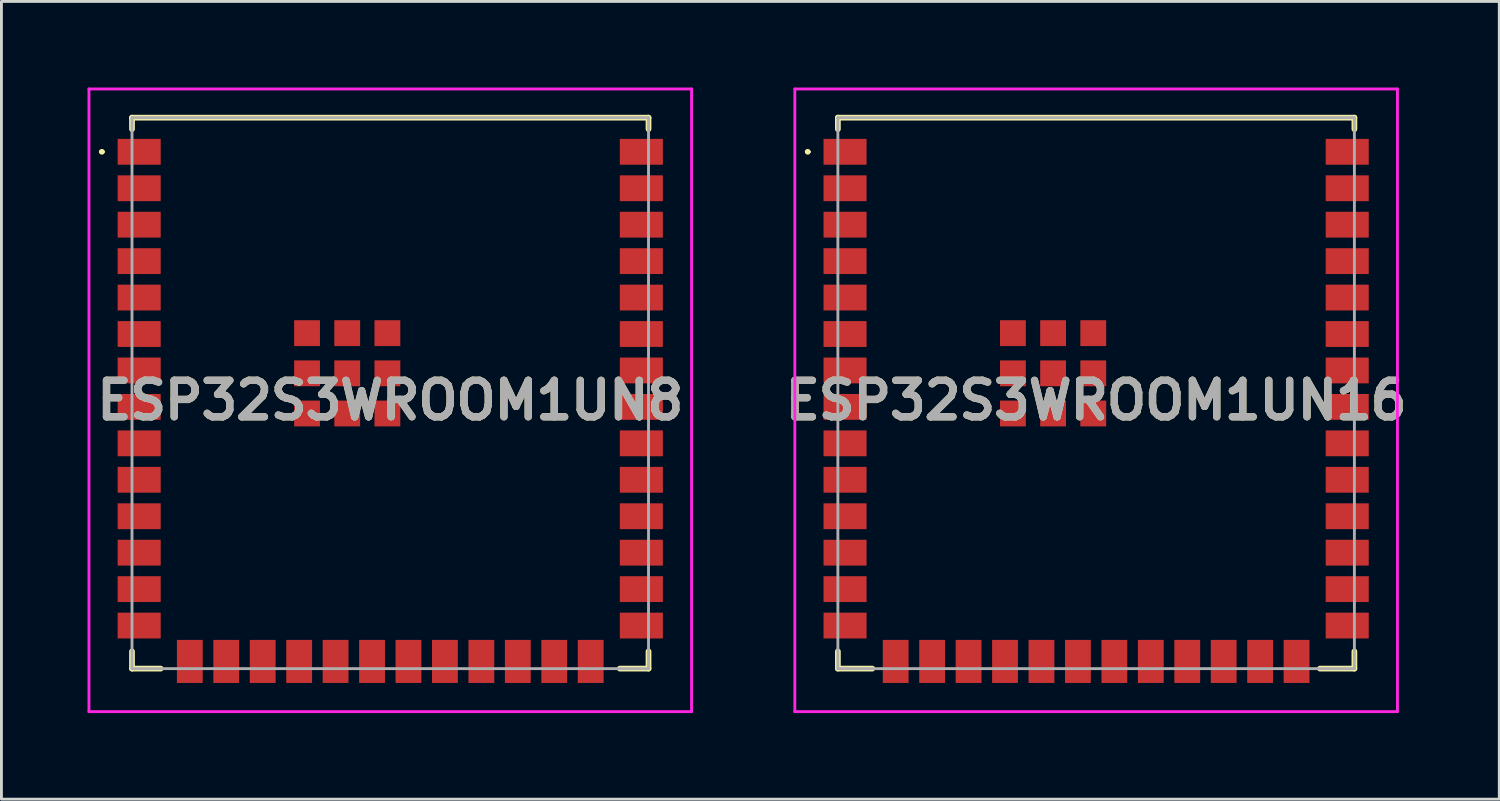
<source format=kicad_pcb>
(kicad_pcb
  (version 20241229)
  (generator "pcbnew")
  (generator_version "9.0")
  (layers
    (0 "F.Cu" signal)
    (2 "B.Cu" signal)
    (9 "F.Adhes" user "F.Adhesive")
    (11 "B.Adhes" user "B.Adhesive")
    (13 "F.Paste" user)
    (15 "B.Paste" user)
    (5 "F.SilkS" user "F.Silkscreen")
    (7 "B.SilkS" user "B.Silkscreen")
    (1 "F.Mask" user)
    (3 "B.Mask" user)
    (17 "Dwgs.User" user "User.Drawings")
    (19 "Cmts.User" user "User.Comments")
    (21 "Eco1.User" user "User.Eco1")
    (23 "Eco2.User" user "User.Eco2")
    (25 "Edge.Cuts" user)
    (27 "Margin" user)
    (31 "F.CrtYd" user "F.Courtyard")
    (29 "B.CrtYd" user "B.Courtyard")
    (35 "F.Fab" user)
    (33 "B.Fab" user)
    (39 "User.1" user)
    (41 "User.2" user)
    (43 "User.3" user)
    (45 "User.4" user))
  (footprint "ESP32S3WROOM1UN16"
    (layer "F.Cu")
    (at 35.149 10.65)
    (property "Reference" "ESP32S3WROOM1UN16" (at 0 0.25 0) (layer "F.SilkS") (effects (font (size 1.27 1.27) (thickness 0.254))))
    (attr smd)
    (fp_line (start -10.1 -8.41) (end -10.1 -8.41) (stroke (width 0.1) (type solid)) (layer "F.SilkS"))
    (fp_line (start -10 -8.41) (end -10 -8.41) (stroke (width 0.1) (type solid)) (layer "F.SilkS"))
    (fp_line (start -9 -9.6) (end 9 -9.6) (stroke (width 0.2) (type solid)) (layer "F.SilkS"))
    (fp_line (start -9 -9.2) (end -9 -9.6) (stroke (width 0.2) (type solid)) (layer "F.SilkS"))
    (fp_line (start -9 9) (end -9 9.6) (stroke (width 0.2) (type solid)) (layer "F.SilkS"))
    (fp_line (start -9 9.6) (end -7.8 9.6) (stroke (width 0.2) (type solid)) (layer "F.SilkS"))
    (fp_line (start 9 -9.6) (end 9 -9.2) (stroke (width 0.2) (type solid)) (layer "F.SilkS"))
    (fp_line (start 9 9) (end 9 9.6) (stroke (width 0.2) (type solid)) (layer "F.SilkS"))
    (fp_line (start 9 9.6) (end 7.8 9.6) (stroke (width 0.2) (type solid)) (layer "F.SilkS"))
    (fp_arc (start -10.1 -8.41) (mid -10.05 -8.46) (end -10 -8.41) (stroke (width 0.1) (type solid)) (layer "F.SilkS"))
    (fp_arc (start -10 -8.41) (mid -10.05 -8.36) (end -10.1 -8.41) (stroke (width 0.1) (type solid)) (layer "F.SilkS"))
    (fp_line (start -10.5 -10.6) (end 10.5 -10.6) (stroke (width 0.1) (type solid)) (layer "F.CrtYd"))
    (fp_line (start -10.5 11.1) (end -10.5 -10.6) (stroke (width 0.1) (type solid)) (layer "F.CrtYd"))
    (fp_line (start 10.5 -10.6) (end 10.5 11.1) (stroke (width 0.1) (type solid)) (layer "F.CrtYd"))
    (fp_line (start 10.5 11.1) (end -10.5 11.1) (stroke (width 0.1) (type solid)) (layer "F.CrtYd"))
    (fp_line (start -9 -9.6) (end 9 -9.6) (stroke (width 0.1) (type solid)) (layer "F.Fab"))
    (fp_line (start -9 9.6) (end -9 -9.6) (stroke (width 0.1) (type solid)) (layer "F.Fab"))
    (fp_line (start 9 -9.6) (end 9 9.6) (stroke (width 0.1) (type solid)) (layer "F.Fab"))
    (fp_line (start 9 9.6) (end -9 9.6) (stroke (width 0.1) (type solid)) (layer "F.Fab"))
    (fp_text user "${REFERENCE}" (at 0 0.25 0) (layer "F.Fab") (effects (font (size 1.27 1.27) (thickness 0.254))))
    (pad "1" smd rect (at -8.75 -8.41 90) (size 0.9 1.5) (layers "F.Cu" "F.Mask" "F.Paste"))
    (pad "2" smd rect (at -8.75 -7.14 90) (size 0.9 1.5) (layers "F.Cu" "F.Mask" "F.Paste"))
    (pad "3" smd rect (at -8.75 -5.87 90) (size 0.9 1.5) (layers "F.Cu" "F.Mask" "F.Paste"))
    (pad "4" smd rect (at -8.75 -4.6 90) (size 0.9 1.5) (layers "F.Cu" "F.Mask" "F.Paste"))
    (pad "5" smd rect (at -8.75 -3.33 90) (size 0.9 1.5) (layers "F.Cu" "F.Mask" "F.Paste"))
    (pad "6" smd rect (at -8.75 -2.06 90) (size 0.9 1.5) (layers "F.Cu" "F.Mask" "F.Paste"))
    (pad "7" smd rect (at -8.75 -0.79 90) (size 0.9 1.5) (layers "F.Cu" "F.Mask" "F.Paste"))
    (pad "8" smd rect (at -8.75 0.48 90) (size 0.9 1.5) (layers "F.Cu" "F.Mask" "F.Paste"))
    (pad "9" smd rect (at -8.75 1.75 90) (size 0.9 1.5) (layers "F.Cu" "F.Mask" "F.Paste"))
    (pad "10" smd rect (at -8.75 3.02 90) (size 0.9 1.5) (layers "F.Cu" "F.Mask" "F.Paste"))
    (pad "11" smd rect (at -8.75 4.29 90) (size 0.9 1.5) (layers "F.Cu" "F.Mask" "F.Paste"))
    (pad "12" smd rect (at -8.75 5.56 90) (size 0.9 1.5) (layers "F.Cu" "F.Mask" "F.Paste"))
    (pad "13" smd rect (at -8.75 6.83 90) (size 0.9 1.5) (layers "F.Cu" "F.Mask" "F.Paste"))
    (pad "14" smd rect (at -8.75 8.1 90) (size 0.9 1.5) (layers "F.Cu" "F.Mask" "F.Paste"))
    (pad "15" smd rect (at -6.985 9.35) (size 0.9 1.5) (layers "F.Cu" "F.Mask" "F.Paste"))
    (pad "16" smd rect (at -5.715 9.35) (size 0.9 1.5) (layers "F.Cu" "F.Mask" "F.Paste"))
    (pad "17" smd rect (at -4.445 9.35) (size 0.9 1.5) (layers "F.Cu" "F.Mask" "F.Paste"))
    (pad "18" smd rect (at -3.175 9.35) (size 0.9 1.5) (layers "F.Cu" "F.Mask" "F.Paste"))
    (pad "19" smd rect (at -1.905 9.35) (size 0.9 1.5) (layers "F.Cu" "F.Mask" "F.Paste"))
    (pad "20" smd rect (at -0.635 9.35) (size 0.9 1.5) (layers "F.Cu" "F.Mask" "F.Paste"))
    (pad "21" smd rect (at 0.635 9.35) (size 0.9 1.5) (layers "F.Cu" "F.Mask" "F.Paste"))
    (pad "22" smd rect (at 1.905 9.35) (size 0.9 1.5) (layers "F.Cu" "F.Mask" "F.Paste"))
    (pad "23" smd rect (at 3.175 9.35) (size 0.9 1.5) (layers "F.Cu" "F.Mask" "F.Paste"))
    (pad "24" smd rect (at 4.445 9.35) (size 0.9 1.5) (layers "F.Cu" "F.Mask" "F.Paste"))
    (pad "25" smd rect (at 5.715 9.35) (size 0.9 1.5) (layers "F.Cu" "F.Mask" "F.Paste"))
    (pad "26" smd rect (at 6.985 9.35) (size 0.9 1.5) (layers "F.Cu" "F.Mask" "F.Paste"))
    (pad "27" smd rect (at 8.75 8.1 90) (size 0.9 1.5) (layers "F.Cu" "F.Mask" "F.Paste"))
    (pad "28" smd rect (at 8.75 6.83 90) (size 0.9 1.5) (layers "F.Cu" "F.Mask" "F.Paste"))
    (pad "29" smd rect (at 8.75 5.56 90) (size 0.9 1.5) (layers "F.Cu" "F.Mask" "F.Paste"))
    (pad "30" smd rect (at 8.75 4.29 90) (size 0.9 1.5) (layers "F.Cu" "F.Mask" "F.Paste"))
    (pad "31" smd rect (at 8.75 3.02 90) (size 0.9 1.5) (layers "F.Cu" "F.Mask" "F.Paste"))
    (pad "32" smd rect (at 8.75 1.75 90) (size 0.9 1.5) (layers "F.Cu" "F.Mask" "F.Paste"))
    (pad "33" smd rect (at 8.75 0.48 90) (size 0.9 1.5) (layers "F.Cu" "F.Mask" "F.Paste"))
    (pad "34" smd rect (at 8.75 -0.79 90) (size 0.9 1.5) (layers "F.Cu" "F.Mask" "F.Paste"))
    (pad "35" smd rect (at 8.75 -2.06 90) (size 0.9 1.5) (layers "F.Cu" "F.Mask" "F.Paste"))
    (pad "36" smd rect (at 8.75 -3.33 90) (size 0.9 1.5) (layers "F.Cu" "F.Mask" "F.Paste"))
    (pad "37" smd rect (at 8.75 -4.6 90) (size 0.9 1.5) (layers "F.Cu" "F.Mask" "F.Paste"))
    (pad "38" smd rect (at 8.75 -5.87 90) (size 0.9 1.5) (layers "F.Cu" "F.Mask" "F.Paste"))
    (pad "39" smd rect (at 8.75 -7.14 90) (size 0.9 1.5) (layers "F.Cu" "F.Mask" "F.Paste"))
    (pad "40" smd rect (at 8.75 -8.41 90) (size 0.9 1.5) (layers "F.Cu" "F.Mask" "F.Paste"))
    (pad "41" smd rect (at -1.5 -0.69 90) (size 0.9 0.9) (layers "F.Cu" "F.Mask" "F.Paste"))
    (pad "42" smd rect (at -1.5 -2.09 90) (size 0.9 0.9) (layers "F.Cu" "F.Mask" "F.Paste"))
    (pad "43" smd rect (at -2.9 -2.09 90) (size 0.9 0.9) (layers "F.Cu" "F.Mask" "F.Paste"))
    (pad "44" smd rect (at -2.9 -0.69 90) (size 0.9 0.9) (layers "F.Cu" "F.Mask" "F.Paste"))
    (pad "45" smd rect (at -2.9 0.71 90) (size 0.9 0.9) (layers "F.Cu" "F.Mask" "F.Paste"))
    (pad "46" smd rect (at -1.5 0.71 90) (size 0.9 0.9) (layers "F.Cu" "F.Mask" "F.Paste"))
    (pad "47" smd rect (at -0.1 0.71 90) (size 0.9 0.9) (layers "F.Cu" "F.Mask" "F.Paste"))
    (pad "48" smd rect (at -0.1 -0.69 90) (size 0.9 0.9) (layers "F.Cu" "F.Mask" "F.Paste"))
    (pad "49" smd rect (at -0.1 -2.09 90) (size 0.9 0.9) (layers "F.Cu" "F.Mask" "F.Paste")))
  (footprint "ESP32S3WROOM1UN8"
    (layer "F.Cu")
    (at 10.55 10.65)
    (property "Reference" "ESP32S3WROOM1UN8" (at 0 0.25 0) (layer "F.SilkS") (effects (font (size 1.27 1.27) (thickness 0.254))))
    (attr smd)
    (fp_line (start -10.1 -8.41) (end -10.1 -8.41) (stroke (width 0.1) (type solid)) (layer "F.SilkS"))
    (fp_line (start -10 -8.41) (end -10 -8.41) (stroke (width 0.1) (type solid)) (layer "F.SilkS"))
    (fp_line (start -9 -9.6) (end 9 -9.6) (stroke (width 0.2) (type solid)) (layer "F.SilkS"))
    (fp_line (start -9 -9.2) (end -9 -9.6) (stroke (width 0.2) (type solid)) (layer "F.SilkS"))
    (fp_line (start -9 9) (end -9 9.6) (stroke (width 0.2) (type solid)) (layer "F.SilkS"))
    (fp_line (start -9 9.6) (end -8 9.6) (stroke (width 0.2) (type solid)) (layer "F.SilkS"))
    (fp_line (start 8 9.6) (end 9 9.6) (stroke (width 0.2) (type solid)) (layer "F.SilkS"))
    (fp_line (start 9 -9.6) (end 9 -9.2) (stroke (width 0.2) (type solid)) (layer "F.SilkS"))
    (fp_line (start 9 9.6) (end 9 9) (stroke (width 0.2) (type solid)) (layer "F.SilkS"))
    (fp_arc (start -10.1 -8.41) (mid -10.05 -8.46) (end -10 -8.41) (stroke (width 0.1) (type solid)) (layer "F.SilkS"))
    (fp_arc (start -10 -8.41) (mid -10.05 -8.36) (end -10.1 -8.41) (stroke (width 0.1) (type solid)) (layer "F.SilkS"))
    (fp_line (start -10.5 -10.6) (end 10.5 -10.6) (stroke (width 0.1) (type solid)) (layer "F.CrtYd"))
    (fp_line (start -10.5 11.1) (end -10.5 -10.6) (stroke (width 0.1) (type solid)) (layer "F.CrtYd"))
    (fp_line (start 10.5 -10.6) (end 10.5 11.1) (stroke (width 0.1) (type solid)) (layer "F.CrtYd"))
    (fp_line (start 10.5 11.1) (end -10.5 11.1) (stroke (width 0.1) (type solid)) (layer "F.CrtYd"))
    (fp_line (start -9 -9.6) (end 9 -9.6) (stroke (width 0.1) (type solid)) (layer "F.Fab"))
    (fp_line (start -9 9.6) (end -9 -9.6) (stroke (width 0.1) (type solid)) (layer "F.Fab"))
    (fp_line (start 9 -9.6) (end 9 9.6) (stroke (width 0.1) (type solid)) (layer "F.Fab"))
    (fp_line (start 9 9.6) (end -9 9.6) (stroke (width 0.1) (type solid)) (layer "F.Fab"))
    (fp_text user "${REFERENCE}" (at 0 0.25 0) (layer "F.Fab") (effects (font (size 1.27 1.27) (thickness 0.254))))
    (pad "1" smd rect (at -8.75 -8.41 90) (size 0.9 1.5) (layers "F.Cu" "F.Mask" "F.Paste"))
    (pad "2" smd rect (at -8.75 -7.14 90) (size 0.9 1.5) (layers "F.Cu" "F.Mask" "F.Paste"))
    (pad "3" smd rect (at -8.75 -5.87 90) (size 0.9 1.5) (layers "F.Cu" "F.Mask" "F.Paste"))
    (pad "4" smd rect (at -8.75 -4.6 90) (size 0.9 1.5) (layers "F.Cu" "F.Mask" "F.Paste"))
    (pad "5" smd rect (at -8.75 -3.33 90) (size 0.9 1.5) (layers "F.Cu" "F.Mask" "F.Paste"))
    (pad "6" smd rect (at -8.75 -2.06 90) (size 0.9 1.5) (layers "F.Cu" "F.Mask" "F.Paste"))
    (pad "7" smd rect (at -8.75 -0.79 90) (size 0.9 1.5) (layers "F.Cu" "F.Mask" "F.Paste"))
    (pad "8" smd rect (at -8.75 0.48 90) (size 0.9 1.5) (layers "F.Cu" "F.Mask" "F.Paste"))
    (pad "9" smd rect (at -8.75 1.75 90) (size 0.9 1.5) (layers "F.Cu" "F.Mask" "F.Paste"))
    (pad "10" smd rect (at -8.75 3.02 90) (size 0.9 1.5) (layers "F.Cu" "F.Mask" "F.Paste"))
    (pad "11" smd rect (at -8.75 4.29 90) (size 0.9 1.5) (layers "F.Cu" "F.Mask" "F.Paste"))
    (pad "12" smd rect (at -8.75 5.56 90) (size 0.9 1.5) (layers "F.Cu" "F.Mask" "F.Paste"))
    (pad "13" smd rect (at -8.75 6.83 90) (size 0.9 1.5) (layers "F.Cu" "F.Mask" "F.Paste"))
    (pad "14" smd rect (at -8.75 8.1 90) (size 0.9 1.5) (layers "F.Cu" "F.Mask" "F.Paste"))
    (pad "15" smd rect (at -6.985 9.35) (size 0.9 1.5) (layers "F.Cu" "F.Mask" "F.Paste"))
    (pad "16" smd rect (at -5.715 9.35) (size 0.9 1.5) (layers "F.Cu" "F.Mask" "F.Paste"))
    (pad "17" smd rect (at -4.445 9.35) (size 0.9 1.5) (layers "F.Cu" "F.Mask" "F.Paste"))
    (pad "18" smd rect (at -3.175 9.35) (size 0.9 1.5) (layers "F.Cu" "F.Mask" "F.Paste"))
    (pad "19" smd rect (at -1.905 9.35) (size 0.9 1.5) (layers "F.Cu" "F.Mask" "F.Paste"))
    (pad "20" smd rect (at -0.635 9.35) (size 0.9 1.5) (layers "F.Cu" "F.Mask" "F.Paste"))
    (pad "21" smd rect (at 0.635 9.35) (size 0.9 1.5) (layers "F.Cu" "F.Mask" "F.Paste"))
    (pad "22" smd rect (at 1.905 9.35) (size 0.9 1.5) (layers "F.Cu" "F.Mask" "F.Paste"))
    (pad "23" smd rect (at 3.175 9.35) (size 0.9 1.5) (layers "F.Cu" "F.Mask" "F.Paste"))
    (pad "24" smd rect (at 4.445 9.35) (size 0.9 1.5) (layers "F.Cu" "F.Mask" "F.Paste"))
    (pad "25" smd rect (at 5.715 9.35) (size 0.9 1.5) (layers "F.Cu" "F.Mask" "F.Paste"))
    (pad "26" smd rect (at 6.985 9.35) (size 0.9 1.5) (layers "F.Cu" "F.Mask" "F.Paste"))
    (pad "27" smd rect (at 8.75 8.1 90) (size 0.9 1.5) (layers "F.Cu" "F.Mask" "F.Paste"))
    (pad "28" smd rect (at 8.75 6.83 90) (size 0.9 1.5) (layers "F.Cu" "F.Mask" "F.Paste"))
    (pad "29" smd rect (at 8.75 5.56 90) (size 0.9 1.5) (layers "F.Cu" "F.Mask" "F.Paste"))
    (pad "30" smd rect (at 8.75 4.29 90) (size 0.9 1.5) (layers "F.Cu" "F.Mask" "F.Paste"))
    (pad "31" smd rect (at 8.75 3.02 90) (size 0.9 1.5) (layers "F.Cu" "F.Mask" "F.Paste"))
    (pad "32" smd rect (at 8.75 1.75 90) (size 0.9 1.5) (layers "F.Cu" "F.Mask" "F.Paste"))
    (pad "33" smd rect (at 8.75 0.48 90) (size 0.9 1.5) (layers "F.Cu" "F.Mask" "F.Paste"))
    (pad "34" smd rect (at 8.75 -0.79 90) (size 0.9 1.5) (layers "F.Cu" "F.Mask" "F.Paste"))
    (pad "35" smd rect (at 8.75 -2.06 90) (size 0.9 1.5) (layers "F.Cu" "F.Mask" "F.Paste"))
    (pad "36" smd rect (at 8.75 -3.33 90) (size 0.9 1.5) (layers "F.Cu" "F.Mask" "F.Paste"))
    (pad "37" smd rect (at 8.75 -4.6 90) (size 0.9 1.5) (layers "F.Cu" "F.Mask" "F.Paste"))
    (pad "38" smd rect (at 8.75 -5.87 90) (size 0.9 1.5) (layers "F.Cu" "F.Mask" "F.Paste"))
    (pad "39" smd rect (at 8.75 -7.14 90) (size 0.9 1.5) (layers "F.Cu" "F.Mask" "F.Paste"))
    (pad "40" smd rect (at 8.75 -8.41 90) (size 0.9 1.5) (layers "F.Cu" "F.Mask" "F.Paste"))
    (pad "41" smd rect (at -1.5 -0.69 90) (size 0.9 0.9) (layers "F.Cu" "F.Mask" "F.Paste"))
    (pad "42" smd rect (at -2.9 -2.09 90) (size 0.9 0.9) (layers "F.Cu" "F.Mask" "F.Paste"))
    (pad "43" smd rect (at -2.9 -0.69 90) (size 0.9 0.9) (layers "F.Cu" "F.Mask" "F.Paste"))
    (pad "44" smd rect (at -2.9 0.71 90) (size 0.9 0.9) (layers "F.Cu" "F.Mask" "F.Paste"))
    (pad "45" smd rect (at -1.5 0.71 90) (size 0.9 0.9) (layers "F.Cu" "F.Mask" "F.Paste"))
    (pad "46" smd rect (at -0.1 0.71 90) (size 0.9 0.9) (layers "F.Cu" "F.Mask" "F.Paste"))
    (pad "47" smd rect (at -0.1 -0.69 90) (size 0.9 0.9) (layers "F.Cu" "F.Mask" "F.Paste"))
    (pad "48" smd rect (at -0.1 -2.09 90) (size 0.9 0.9) (layers "F.Cu" "F.Mask" "F.Paste"))
    (pad "49" smd rect (at -1.5 -2.09 90) (size 0.9 0.9) (layers "F.Cu" "F.Mask" "F.Paste")))
  (gr_rect
    (start -3 -3)
    (end 49.198 24.8)
    (stroke (width 0.1) (type default))
    (fill no)
    (layer "Edge.Cuts")))
</source>
